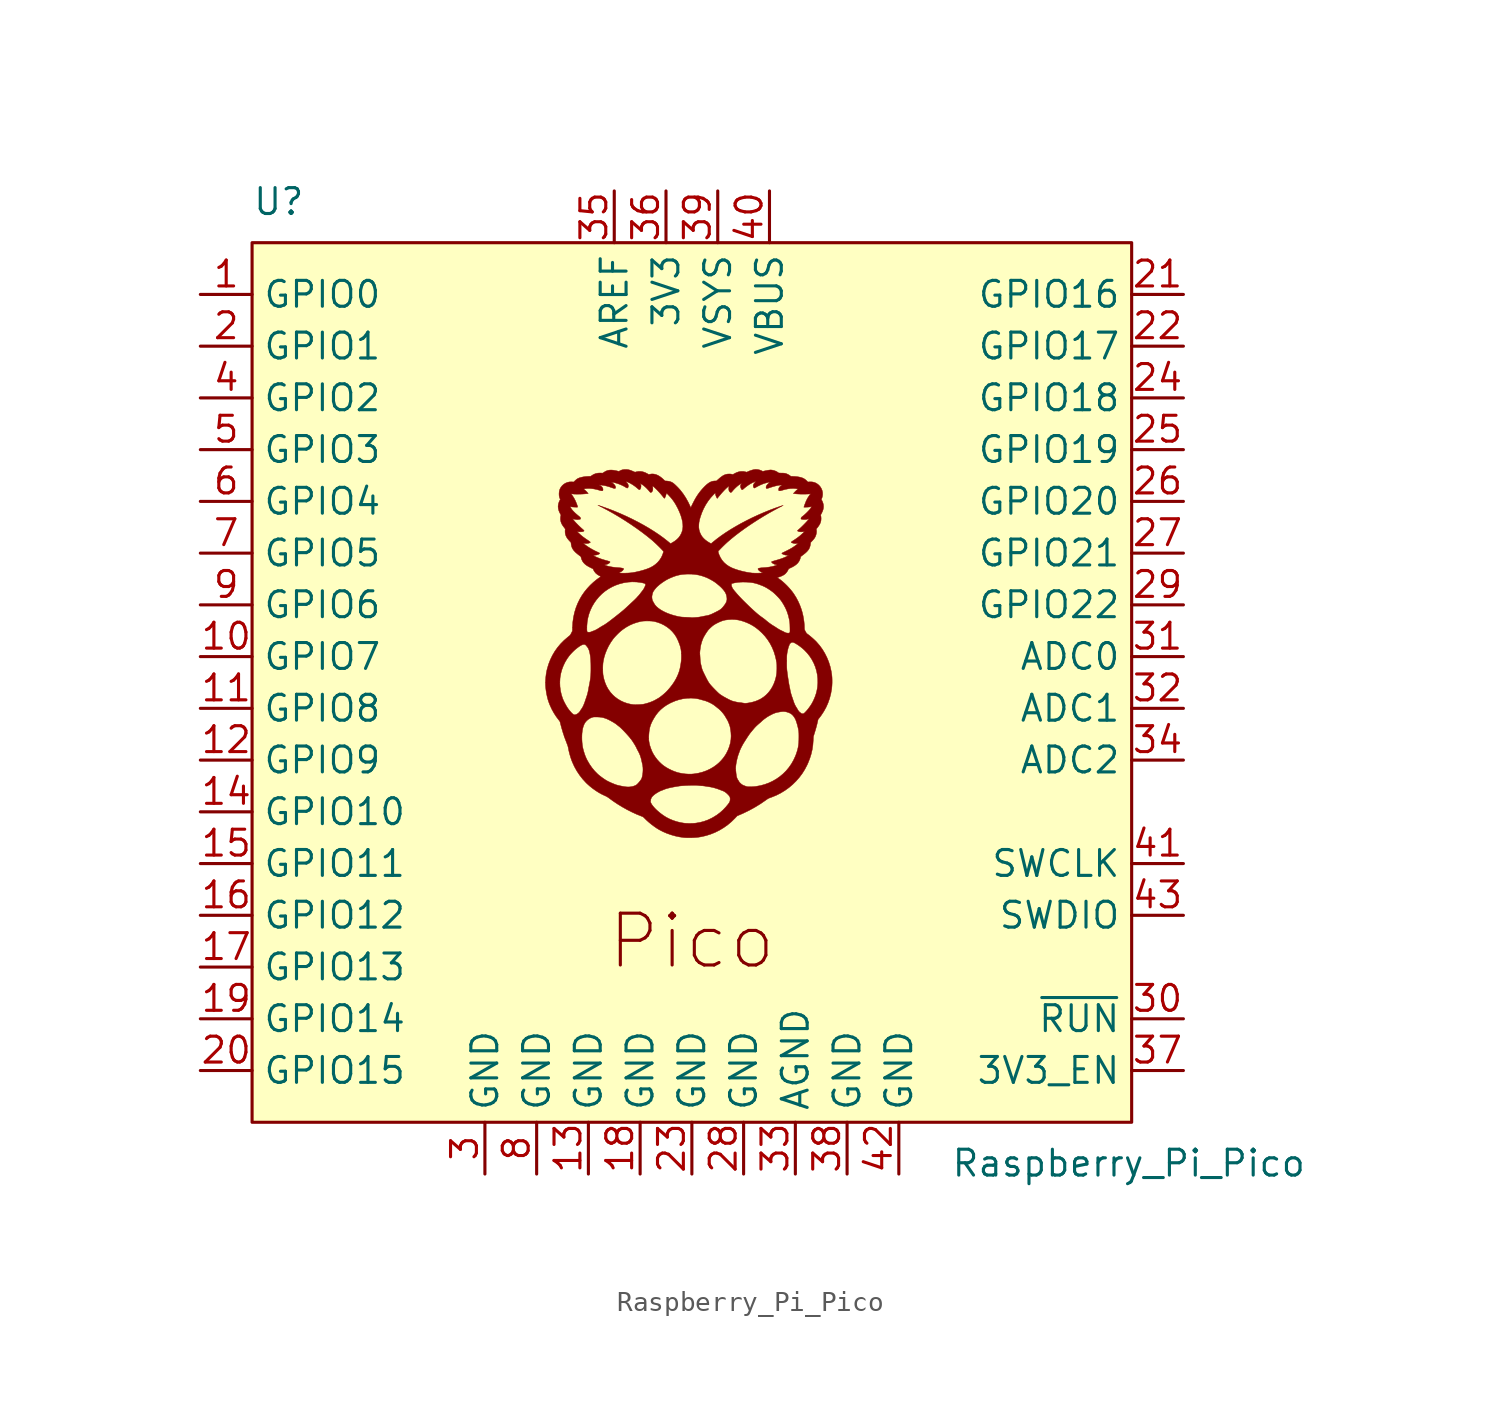
<source format=kicad_sym>
(kicad_symbol_lib
  (version 20211014)
  (generator kicad_symbol_editor)
  (symbol "Raspberry_Pi_Pico"
    (property "Reference" "U"
      (at -21.59 22.86 0)
      (effects (font (size 1.27 1.27)) (justify left bottom)))
    (property "Value" "Raspberry_Pi_Pico"
      (at 12.7 -22.86 0)
      (effects (font (size 1.27 1.27)) (justify left top)))
    (symbol "Raspberry_Pi_Pico_0_0"
      (polyline (pts (xy 0 -7.62) (xy 0.111 -7.615) (xy 0.216 -7.608) (xy 0.308 -7.598) (xy 0.453 -7.575) (xy 0.686 -7.522) (xy 0.914 -7.451) (xy 1.136 -7.362) (xy 1.35 -7.256) (xy 1.556 -7.133) (xy 1.753 -6.994) (xy 1.938 -6.839) (xy 2.112 -6.669) (xy 2.227 -6.548) (xy 2.385 -6.481) (xy 2.513 -6.425) (xy 2.806 -6.283) (xy 3.093 -6.126) (xy 3.37 -5.956) (xy 3.634 -5.774) (xy 3.667 -5.75) (xy 3.71 -5.721) (xy 3.746 -5.699) (xy 3.782 -5.681) (xy 3.823 -5.665) (xy 3.874 -5.646) (xy 3.928 -5.627) (xy 4.15 -5.536) (xy 4.364 -5.427) (xy 4.569 -5.302) (xy 4.764 -5.162) (xy 4.947 -5.008) (xy 5.117 -4.84) (xy 5.275 -4.66) (xy 5.418 -4.469) (xy 5.545 -4.266) (xy 5.656 -4.054) (xy 5.701 -3.954) (xy 5.787 -3.737) (xy 5.855 -3.522) (xy 5.906 -3.304) (xy 5.94 -3.081) (xy 5.957 -2.851) (xy 5.966 -2.659) (xy 6.025 -2.468) (xy 6.053 -2.376) (xy 6.088 -2.258) (xy 6.118 -2.148) (xy 6.145 -2.041) (xy 6.17 -1.932) (xy 6.196 -1.815) (xy 6.292 -1.692) (xy 6.354 -1.609) (xy 6.48 -1.416) (xy 6.591 -1.214) (xy 6.685 -1.002) (xy 6.762 -0.782) (xy 6.821 -0.556) (xy 6.862 -0.326) (xy 6.866 -0.293) (xy 6.878 -0.161) (xy 6.885 -0.02) (xy 6.885 0.121) (xy 6.88 0.257) (xy 6.868 0.382) (xy 6.841 0.554) (xy 6.789 0.784) (xy 6.719 1.008) (xy 6.631 1.224) (xy 6.527 1.431) (xy 6.407 1.629) (xy 6.27 1.817) (xy 6.118 1.992) (xy 6.09 2.022) (xy 6.038 2.072) (xy 5.978 2.128) (xy 5.914 2.185) (xy 5.85 2.24) (xy 5.789 2.291) (xy 5.735 2.334) (xy 5.691 2.366) (xy 5.662 2.387) (xy 5.639 2.407) (xy 5.619 2.43) (xy 5.6 2.461) (xy 5.576 2.505) (xy 5.563 2.529) (xy 5.545 2.564) (xy 5.534 2.592) (xy 5.528 2.617) (xy 5.526 2.645) (xy 5.525 2.682) (xy 5.521 2.819) (xy 5.507 2.976) (xy 5.484 3.138) (xy 5.454 3.3) (xy 5.416 3.456) (xy 5.373 3.599) (xy 5.301 3.796) (xy 5.218 3.982) (xy 5.123 4.162) (xy 5.011 4.341) (xy 4.939 4.443) (xy 4.855 4.548) (xy 4.762 4.655) (xy 4.663 4.76) (xy 4.561 4.859) (xy 4.46 4.95) (xy 4.362 5.03) (xy 4.27 5.096) (xy 4.257 5.105) (xy 4.227 5.125) (xy 4.207 5.14) (xy 4.199 5.147) (xy 4.202 5.149) (xy 4.221 5.157) (xy 4.251 5.168) (xy 4.29 5.181) (xy 4.369 5.209) (xy 4.45 5.246) (xy 4.52 5.285) (xy 4.575 5.325) (xy 4.593 5.342) (xy 4.634 5.387) (xy 4.673 5.439) (xy 4.707 5.49) (xy 4.729 5.536) (xy 4.729 5.537) (xy 4.738 5.558) (xy 4.749 5.574) (xy 4.765 5.587) (xy 4.791 5.601) (xy 4.831 5.619) (xy 4.926 5.664) (xy 5.033 5.725) (xy 5.123 5.79) (xy 5.196 5.86) (xy 5.253 5.936) (xy 5.297 6.019) (xy 5.328 6.111) (xy 5.345 6.18) (xy 5.449 6.257) (xy 5.497 6.294) (xy 5.583 6.364) (xy 5.653 6.431) (xy 5.708 6.496) (xy 5.752 6.561) (xy 5.783 6.63) (xy 5.806 6.703) (xy 5.821 6.784) (xy 5.832 6.871) (xy 5.911 6.955) (xy 5.937 6.983) (xy 5.973 7.025) (xy 6.005 7.065) (xy 6.028 7.097) (xy 6.03 7.1) (xy 6.067 7.17) (xy 6.095 7.248) (xy 6.114 7.331) (xy 6.121 7.411) (xy 6.117 7.483) (xy 6.108 7.534) (xy 6.16 7.599) (xy 6.213 7.668) (xy 6.264 7.746) (xy 6.301 7.819) (xy 6.326 7.89) (xy 6.34 7.963) (xy 6.344 8.041) (xy 6.344 8.064) (xy 6.341 8.111) (xy 6.337 8.153) (xy 6.332 8.181) (xy 6.331 8.186) (xy 6.326 8.208) (xy 6.327 8.227) (xy 6.336 8.248) (xy 6.353 8.279) (xy 6.371 8.312) (xy 6.42 8.418) (xy 6.451 8.519) (xy 6.464 8.618) (xy 6.458 8.714) (xy 6.454 8.739) (xy 6.435 8.815) (xy 6.408 8.887) (xy 6.378 8.946) (xy 6.367 8.963) (xy 6.359 8.981) (xy 6.361 8.998) (xy 6.372 9.024) (xy 6.401 9.105) (xy 6.419 9.207) (xy 6.419 9.309) (xy 6.401 9.409) (xy 6.365 9.505) (xy 6.313 9.596) (xy 6.244 9.678) (xy 6.181 9.733) (xy 6.092 9.79) (xy 5.997 9.828) (xy 5.895 9.848) (xy 5.786 9.85) (xy 5.697 9.843) (xy 5.623 9.915) (xy 5.618 9.92) (xy 5.555 9.974) (xy 5.489 10.015) (xy 5.415 10.048) (xy 5.327 10.074) (xy 5.302 10.08) (xy 5.218 10.096) (xy 5.125 10.108) (xy 5.03 10.116) (xy 4.94 10.119) (xy 4.905 10.119) (xy 4.876 10.121) (xy 4.855 10.127) (xy 4.835 10.139) (xy 4.81 10.159) (xy 4.791 10.173) (xy 4.729 10.21) (xy 4.658 10.243) (xy 4.587 10.267) (xy 4.559 10.272) (xy 4.515 10.277) (xy 4.46 10.28) (xy 4.399 10.281) (xy 4.376 10.281) (xy 4.328 10.282) (xy 4.294 10.284) (xy 4.27 10.286) (xy 4.254 10.291) (xy 4.241 10.299) (xy 4.228 10.309) (xy 4.22 10.316) (xy 4.163 10.353) (xy 4.093 10.385) (xy 4.018 10.41) (xy 3.943 10.427) (xy 3.874 10.434) (xy 3.852 10.433) (xy 3.795 10.427) (xy 3.724 10.417) (xy 3.646 10.402) (xy 3.562 10.384) (xy 3.481 10.365) (xy 3.423 10.395) (xy 3.406 10.403) (xy 3.312 10.438) (xy 3.214 10.457) (xy 3.118 10.46) (xy 3.103 10.459) (xy 3.027 10.447) (xy 2.942 10.425) (xy 2.853 10.395) (xy 2.765 10.358) (xy 2.692 10.325) (xy 2.608 10.346) (xy 2.528 10.361) (xy 2.419 10.363) (xy 2.309 10.346) (xy 2.198 10.309) (xy 2.086 10.253) (xy 2.014 10.211) (xy 1.959 10.224) (xy 1.913 10.232) (xy 1.839 10.236) (xy 1.763 10.233) (xy 1.694 10.222) (xy 1.672 10.216) (xy 1.618 10.198) (xy 1.564 10.174) (xy 1.507 10.141) (xy 1.446 10.098) (xy 1.377 10.044) (xy 1.299 9.976) (xy 1.204 9.893) (xy 1.136 9.893) (xy 1.108 9.892) (xy 1.033 9.883) (xy 0.959 9.862) (xy 0.885 9.829) (xy 0.81 9.781) (xy 0.731 9.72) (xy 0.647 9.642) (xy 0.556 9.548) (xy 0.548 9.54) (xy 0.463 9.444) (xy 0.386 9.348) (xy 0.313 9.249) (xy 0.243 9.145) (xy 0.175 9.033) (xy 0.108 8.91) (xy 0.038 8.773) (xy -0.035 8.621) (xy -0.054 8.581) (xy -0.081 8.645) (xy -0.181 8.855) (xy -0.3 9.068) (xy -0.431 9.267) (xy -0.574 9.451) (xy -0.589 9.467) (xy -0.637 9.521) (xy -0.69 9.578) (xy -0.746 9.634) (xy -0.801 9.687) (xy -0.852 9.734) (xy -0.897 9.772) (xy -0.931 9.799) (xy -1.018 9.845) (xy -1.118 9.877) (xy -1.225 9.891) (xy -1.319 9.896) (xy -1.401 9.974) (xy -1.47 10.036) (xy -1.572 10.113) (xy -1.672 10.172) (xy -1.77 10.212) (xy -1.867 10.234) (xy -1.964 10.238) (xy -2.062 10.224) (xy -2.117 10.211) (xy -2.175 10.245) (xy -2.287 10.303) (xy -2.398 10.342) (xy -2.507 10.363) (xy -2.614 10.363) (xy -2.718 10.345) (xy -2.79 10.325) (xy -2.88 10.363) (xy -2.895 10.37) (xy -2.97 10.401) (xy -3.034 10.424) (xy -3.089 10.44) (xy -3.14 10.45) (xy -3.192 10.455) (xy -3.249 10.457) (xy -3.312 10.456) (xy -3.396 10.445) (xy -3.47 10.423) (xy -3.54 10.389) (xy -3.581 10.365) (xy -3.717 10.396) (xy -3.75 10.403) (xy -3.865 10.423) (xy -3.968 10.43) (xy -4.061 10.424) (xy -4.146 10.406) (xy -4.226 10.374) (xy -4.302 10.329) (xy -4.378 10.278) (xy -4.469 10.283) (xy -4.499 10.284) (xy -4.615 10.278) (xy -4.724 10.255) (xy -4.826 10.214) (xy -4.917 10.158) (xy -4.941 10.14) (xy -4.961 10.128) (xy -4.982 10.122) (xy -5.01 10.119) (xy -5.051 10.119) (xy -5.12 10.117) (xy -5.226 10.109) (xy -5.33 10.094) (xy -5.428 10.074) (xy -5.515 10.049) (xy -5.587 10.019) (xy -5.621 10) (xy -5.673 9.962) (xy -5.726 9.916) (xy -5.802 9.843) (xy -5.889 9.849) (xy -5.893 9.85) (xy -6 9.847) (xy -6.103 9.826) (xy -6.199 9.788) (xy -6.288 9.733) (xy -6.366 9.664) (xy -6.431 9.58) (xy -6.463 9.525) (xy -6.492 9.456) (xy -6.51 9.382) (xy -6.519 9.295) (xy -6.52 9.244) (xy -6.516 9.169) (xy -6.503 9.101) (xy -6.48 9.036) (xy -6.46 8.989) (xy -6.5 8.908) (xy -6.516 8.875) (xy -6.551 8.771) (xy -6.566 8.668) (xy -6.565 8.63) (xy -5.97 8.63) (xy -5.969 8.63) (xy -5.955 8.63) (xy -5.931 8.625) (xy -5.926 8.623) (xy -5.898 8.619) (xy -5.857 8.615) (xy -5.807 8.612) (xy -5.752 8.609) (xy -5.707 8.607) (xy -5.663 8.606) (xy -5.635 8.606) (xy -5.618 8.608) (xy -5.609 8.612) (xy -5.607 8.618) (xy -5.608 8.623) (xy -5.614 8.65) (xy -5.627 8.69) (xy -5.644 8.74) (xy -5.666 8.796) (xy -5.69 8.855) (xy -5.715 8.912) (xy -5.74 8.964) (xy -5.742 8.967) (xy -5.771 9.023) (xy -5.804 9.081) (xy -5.838 9.134) (xy -5.867 9.176) (xy -5.887 9.203) (xy -5.909 9.232) (xy -5.923 9.252) (xy -5.928 9.26) (xy -5.927 9.26) (xy -5.913 9.259) (xy -5.885 9.257) (xy -5.848 9.254) (xy -5.779 9.248) (xy -5.681 9.245) (xy -5.574 9.245) (xy -5.46 9.247) (xy -5.347 9.252) (xy -5.238 9.26) (xy -5.138 9.27) (xy -5.087 9.276) (xy -5.147 9.345) (xy -5.155 9.354) (xy -5.191 9.391) (xy -5.229 9.427) (xy -5.26 9.454) (xy -5.265 9.458) (xy -5.29 9.478) (xy -5.302 9.49) (xy -5.301 9.497) (xy -5.292 9.502) (xy -5.282 9.505) (xy -5.255 9.51) (xy -5.216 9.516) (xy -5.172 9.521) (xy -5.16 9.522) (xy -5.052 9.526) (xy -4.932 9.519) (xy -4.805 9.501) (xy -4.674 9.474) (xy -4.543 9.437) (xy -4.538 9.436) (xy -4.477 9.418) (xy -4.432 9.409) (xy -4.403 9.409) (xy -4.397 9.41) (xy -4.379 9.416) (xy -4.37 9.429) (xy -4.364 9.456) (xy -4.362 9.471) (xy -4.369 9.525) (xy -4.395 9.576) (xy -4.439 9.624) (xy -4.502 9.669) (xy -4.551 9.698) (xy -4.468 9.692) (xy -4.43 9.688) (xy -4.31 9.67) (xy -4.18 9.641) (xy -4.042 9.601) (xy -3.902 9.553) (xy -3.899 9.552) (xy -3.845 9.533) (xy -3.804 9.524) (xy -3.776 9.524) (xy -3.759 9.533) (xy -3.748 9.551) (xy -3.744 9.576) (xy -3.751 9.622) (xy -3.774 9.671) (xy -3.814 9.722) (xy -3.869 9.774) (xy -3.937 9.826) (xy -3.945 9.831) (xy -3.95 9.836) (xy -3.943 9.837) (xy -3.922 9.835) (xy -3.885 9.828) (xy -3.806 9.811) (xy -3.684 9.777) (xy -3.56 9.734) (xy -3.441 9.684) (xy -3.33 9.629) (xy -3.234 9.572) (xy -3.229 9.569) (xy -3.196 9.55) (xy -3.172 9.544) (xy -3.153 9.552) (xy -3.136 9.573) (xy -3.123 9.599) (xy -3.114 9.648) (xy -3.123 9.701) (xy -3.151 9.757) (xy -3.196 9.814) (xy -3.218 9.839) (xy -3.228 9.855) (xy -3.225 9.862) (xy -3.207 9.859) (xy -3.174 9.847) (xy -3.124 9.826) (xy -3.03 9.781) (xy -2.904 9.707) (xy -2.778 9.619) (xy -2.658 9.52) (xy -2.639 9.502) (xy -2.604 9.476) (xy -2.579 9.464) (xy -2.558 9.467) (xy -2.541 9.483) (xy -2.523 9.514) (xy -2.51 9.546) (xy -2.498 9.598) (xy -2.496 9.651) (xy -2.503 9.698) (xy -2.52 9.735) (xy -2.525 9.741) (xy -2.535 9.758) (xy -2.536 9.765) (xy -2.525 9.761) (xy -2.502 9.75) (xy -2.472 9.734) (xy -2.419 9.702) (xy -2.352 9.652) (xy -2.28 9.59) (xy -2.208 9.52) (xy -2.137 9.444) (xy -2.07 9.365) (xy -2.047 9.339) (xy -2.024 9.326) (xy -2.001 9.329) (xy -1.973 9.348) (xy -1.956 9.365) (xy -1.93 9.409) (xy -1.916 9.466) (xy -1.916 9.537) (xy -1.916 9.543) (xy -1.92 9.581) (xy -1.924 9.613) (xy -1.929 9.632) (xy -1.929 9.64) (xy -1.918 9.637) (xy -1.897 9.623) (xy -1.865 9.599) (xy -1.826 9.565) (xy -1.781 9.523) (xy -1.731 9.474) (xy -1.726 9.469) (xy -1.67 9.411) (xy -1.609 9.345) (xy -1.547 9.275) (xy -1.487 9.205) (xy -1.434 9.14) (xy -1.392 9.085) (xy -1.376 9.065) (xy -1.359 9.047) (xy -1.349 9.042) (xy -1.343 9.046) (xy -1.327 9.065) (xy -1.31 9.098) (xy -1.293 9.138) (xy -1.278 9.182) (xy -1.266 9.224) (xy -1.249 9.305) (xy -1.136 9.189) (xy -1.036 9.08) (xy -0.944 8.967) (xy -0.86 8.848) (xy -0.782 8.72) (xy -0.705 8.576) (xy -0.677 8.521) (xy -0.603 8.357) (xy -0.542 8.198) (xy -0.496 8.046) (xy -0.463 7.902) (xy -0.445 7.766) (xy -0.444 7.732) (xy 0.339 7.732) (xy 0.352 7.863) (xy 0.38 7.997) (xy 0.413 8.116) (xy 0.486 8.326) (xy 0.574 8.528) (xy 0.676 8.719) (xy 0.791 8.898) (xy 0.917 9.063) (xy 1.055 9.214) (xy 1.148 9.306) (xy 1.155 9.257) (xy 1.157 9.244) (xy 1.173 9.183) (xy 1.196 9.121) (xy 1.223 9.068) (xy 1.244 9.034) (xy 1.264 9.059) (xy 1.273 9.069) (xy 1.293 9.094) (xy 1.321 9.128) (xy 1.355 9.169) (xy 1.393 9.214) (xy 1.422 9.249) (xy 1.476 9.312) (xy 1.532 9.373) (xy 1.588 9.433) (xy 1.642 9.488) (xy 1.693 9.537) (xy 1.738 9.578) (xy 1.775 9.61) (xy 1.804 9.63) (xy 1.821 9.638) (xy 1.822 9.637) (xy 1.824 9.627) (xy 1.82 9.606) (xy 1.815 9.582) (xy 1.81 9.536) (xy 1.811 9.486) (xy 1.817 9.441) (xy 1.826 9.407) (xy 1.844 9.379) (xy 1.869 9.351) (xy 1.895 9.331) (xy 1.917 9.323) (xy 1.927 9.329) (xy 1.947 9.346) (xy 1.974 9.374) (xy 2.003 9.408) (xy 2.042 9.454) (xy 2.097 9.512) (xy 2.157 9.57) (xy 2.217 9.624) (xy 2.277 9.673) (xy 2.332 9.713) (xy 2.38 9.743) (xy 2.418 9.76) (xy 2.44 9.767) (xy 2.417 9.732) (xy 2.393 9.685) (xy 2.385 9.633) (xy 2.395 9.576) (xy 2.408 9.538) (xy 2.428 9.497) (xy 2.449 9.47) (xy 2.47 9.461) (xy 2.484 9.466) (xy 2.509 9.481) (xy 2.536 9.503) (xy 2.574 9.537) (xy 2.664 9.61) (xy 2.76 9.68) (xy 2.856 9.742) (xy 2.946 9.792) (xy 2.957 9.798) (xy 2.996 9.816) (xy 3.037 9.834) (xy 3.075 9.85) (xy 3.107 9.861) (xy 3.129 9.868) (xy 3.138 9.869) (xy 3.132 9.86) (xy 3.116 9.842) (xy 3.093 9.818) (xy 3.091 9.815) (xy 3.047 9.759) (xy 3.019 9.704) (xy 3.01 9.652) (xy 3.015 9.62) (xy 3.027 9.587) (xy 3.044 9.559) (xy 3.062 9.544) (xy 3.062 9.544) (xy 3.077 9.547) (xy 3.104 9.56) (xy 3.14 9.579) (xy 3.181 9.603) (xy 3.214 9.621) (xy 3.285 9.658) (xy 3.363 9.695) (xy 3.442 9.729) (xy 3.516 9.758) (xy 3.58 9.779) (xy 3.603 9.786) (xy 3.644 9.796) (xy 3.69 9.807) (xy 3.736 9.818) (xy 3.78 9.827) (xy 3.816 9.835) (xy 3.842 9.839) (xy 3.852 9.84) (xy 3.848 9.835) (xy 3.832 9.822) (xy 3.806 9.805) (xy 3.792 9.795) (xy 3.743 9.755) (xy 3.7 9.71) (xy 3.667 9.665) (xy 3.648 9.623) (xy 3.643 9.597) (xy 3.643 9.559) (xy 3.654 9.533) (xy 3.676 9.521) (xy 3.679 9.521) (xy 3.701 9.525) (xy 3.736 9.534) (xy 3.779 9.547) (xy 3.828 9.564) (xy 3.913 9.592) (xy 4.023 9.625) (xy 4.13 9.653) (xy 4.228 9.674) (xy 4.314 9.687) (xy 4.339 9.69) (xy 4.386 9.694) (xy 4.416 9.694) (xy 4.428 9.691) (xy 4.424 9.684) (xy 4.405 9.672) (xy 4.359 9.644) (xy 4.31 9.602) (xy 4.278 9.556) (xy 4.266 9.522) (xy 4.259 9.484) (xy 4.258 9.449) (xy 4.265 9.425) (xy 4.269 9.421) (xy 4.29 9.41) (xy 4.324 9.409) (xy 4.371 9.418) (xy 4.435 9.436) (xy 4.442 9.438) (xy 4.577 9.476) (xy 4.71 9.503) (xy 4.839 9.52) (xy 4.96 9.526) (xy 5.069 9.521) (xy 5.101 9.517) (xy 5.142 9.511) (xy 5.175 9.506) (xy 5.192 9.501) (xy 5.2 9.498) (xy 5.204 9.492) (xy 5.195 9.482) (xy 5.171 9.465) (xy 5.157 9.454) (xy 5.127 9.428) (xy 5.092 9.394) (xy 5.057 9.358) (xy 4.983 9.279) (xy 5.021 9.273) (xy 5.071 9.265) (xy 5.153 9.257) (xy 5.248 9.251) (xy 5.351 9.247) (xy 5.46 9.246) (xy 5.569 9.247) (xy 5.604 9.248) (xy 5.667 9.25) (xy 5.723 9.253) (xy 5.768 9.255) (xy 5.8 9.258) (xy 5.815 9.26) (xy 5.818 9.261) (xy 5.824 9.26) (xy 5.818 9.248) (xy 5.8 9.224) (xy 5.763 9.176) (xy 5.678 9.045) (xy 5.605 8.898) (xy 5.541 8.735) (xy 5.497 8.606) (xy 5.597 8.606) (xy 5.606 8.606) (xy 5.667 8.608) (xy 5.727 8.612) (xy 5.781 8.617) (xy 5.825 8.624) (xy 5.854 8.632) (xy 5.863 8.634) (xy 5.867 8.63) (xy 5.864 8.615) (xy 5.85 8.588) (xy 5.827 8.547) (xy 5.812 8.526) (xy 5.782 8.489) (xy 5.742 8.444) (xy 5.695 8.394) (xy 5.644 8.342) (xy 5.591 8.291) (xy 5.539 8.243) (xy 5.491 8.201) (xy 5.45 8.169) (xy 5.424 8.149) (xy 5.396 8.126) (xy 5.378 8.107) (xy 5.367 8.089) (xy 5.361 8.068) (xy 5.357 8.053) (xy 5.356 8.034) (xy 5.363 8.024) (xy 5.382 8.016) (xy 5.386 8.014) (xy 5.414 8.009) (xy 5.453 8.003) (xy 5.496 8) (xy 5.518 7.999) (xy 5.565 7.999) (xy 5.612 8.004) (xy 5.665 8.015) (xy 5.731 8.032) (xy 5.736 8.034) (xy 5.744 8.033) (xy 5.742 8.025) (xy 5.73 8.007) (xy 5.707 7.976) (xy 5.705 7.973) (xy 5.672 7.934) (xy 5.628 7.885) (xy 5.575 7.829) (xy 5.517 7.769) (xy 5.456 7.708) (xy 5.396 7.649) (xy 5.34 7.596) (xy 5.29 7.551) (xy 5.278 7.542) (xy 5.242 7.509) (xy 5.212 7.482) (xy 5.192 7.462) (xy 5.184 7.452) (xy 5.183 7.449) (xy 5.193 7.435) (xy 5.218 7.421) (xy 5.253 7.408) (xy 5.295 7.399) (xy 5.307 7.397) (xy 5.367 7.394) (xy 5.436 7.398) (xy 5.45 7.4) (xy 5.486 7.403) (xy 5.511 7.404) (xy 5.522 7.404) (xy 5.52 7.399) (xy 5.506 7.383) (xy 5.481 7.359) (xy 5.448 7.327) (xy 5.409 7.292) (xy 5.368 7.255) (xy 5.326 7.218) (xy 5.286 7.185) (xy 5.25 7.156) (xy 5.24 7.148) (xy 5.196 7.115) (xy 5.144 7.078) (xy 5.088 7.039) (xy 5.034 7.003) (xy 5.015 6.99) (xy 4.965 6.958) (xy 4.929 6.934) (xy 4.904 6.917) (xy 4.889 6.904) (xy 4.881 6.896) (xy 4.877 6.889) (xy 4.877 6.883) (xy 4.879 6.877) (xy 4.897 6.864) (xy 4.929 6.85) (xy 4.971 6.837) (xy 5.021 6.826) (xy 5.042 6.822) (xy 5.093 6.819) (xy 5.148 6.825) (xy 5.149 6.826) (xy 5.183 6.83) (xy 5.208 6.833) (xy 5.219 6.833) (xy 5.217 6.828) (xy 5.202 6.814) (xy 5.176 6.792) (xy 5.141 6.765) (xy 5.101 6.734) (xy 5.058 6.702) (xy 5.015 6.672) (xy 4.974 6.645) (xy 4.911 6.605) (xy 4.802 6.543) (xy 4.681 6.479) (xy 4.553 6.416) (xy 4.53 6.405) (xy 4.479 6.381) (xy 4.444 6.363) (xy 4.424 6.349) (xy 4.417 6.337) (xy 4.421 6.327) (xy 4.436 6.315) (xy 4.459 6.301) (xy 4.504 6.279) (xy 4.586 6.256) (xy 4.68 6.247) (xy 4.754 6.247) (xy 4.701 6.213) (xy 4.689 6.206) (xy 4.626 6.173) (xy 4.546 6.137) (xy 4.451 6.1) (xy 4.343 6.062) (xy 4.223 6.024) (xy 4.093 5.987) (xy 4.049 5.974) (xy 3.999 5.959) (xy 3.958 5.946) (xy 3.929 5.935) (xy 3.916 5.929) (xy 3.915 5.928) (xy 3.91 5.918) (xy 3.915 5.904) (xy 3.933 5.881) (xy 3.947 5.867) (xy 3.995 5.832) (xy 4.056 5.804) (xy 4.122 5.785) (xy 4.149 5.778) (xy 4.168 5.771) (xy 4.172 5.766) (xy 4.167 5.763) (xy 4.145 5.754) (xy 4.112 5.742) (xy 4.071 5.729) (xy 4.064 5.726) (xy 3.937 5.692) (xy 3.796 5.666) (xy 3.64 5.646) (xy 3.467 5.633) (xy 3.431 5.631) (xy 3.372 5.625) (xy 3.321 5.616) (xy 3.281 5.605) (xy 3.255 5.594) (xy 3.246 5.582) (xy 3.251 5.556) (xy 3.273 5.521) (xy 3.31 5.484) (xy 3.358 5.448) (xy 3.416 5.417) (xy 3.426 5.412) (xy 3.455 5.398) (xy 3.469 5.389) (xy 3.47 5.383) (xy 3.461 5.379) (xy 3.457 5.378) (xy 3.433 5.375) (xy 3.393 5.372) (xy 3.342 5.37) (xy 3.282 5.369) (xy 3.218 5.368) (xy 3.153 5.368) (xy 3.09 5.368) (xy 3.033 5.37) (xy 2.985 5.371) (xy 2.951 5.374) (xy 2.851 5.387) (xy 2.7 5.412) (xy 2.546 5.444) (xy 2.393 5.482) (xy 2.245 5.525) (xy 2.108 5.571) (xy 1.986 5.619) (xy 1.944 5.637) (xy 1.806 5.711) (xy 1.683 5.797) (xy 1.575 5.894) (xy 1.482 6.004) (xy 1.404 6.127) (xy 1.34 6.263) (xy 1.329 6.292) (xy 1.313 6.336) (xy 1.301 6.375) (xy 1.295 6.402) (xy 1.288 6.442) (xy 1.449 6.607) (xy 1.455 6.613) (xy 1.512 6.67) (xy 1.574 6.731) (xy 1.636 6.791) (xy 1.695 6.846) (xy 1.744 6.891) (xy 1.761 6.906) (xy 1.94 7.059) (xy 2.135 7.217) (xy 2.345 7.377) (xy 2.567 7.539) (xy 2.799 7.7) (xy 3.04 7.86) (xy 3.286 8.018) (xy 3.536 8.171) (xy 3.787 8.318) (xy 4.038 8.458) (xy 4.287 8.59) (xy 4.322 8.608) (xy 4.375 8.636) (xy 4.42 8.659) (xy 4.454 8.678) (xy 4.476 8.69) (xy 4.482 8.694) (xy 4.482 8.694) (xy 4.468 8.69) (xy 4.439 8.681) (xy 4.398 8.668) (xy 4.348 8.651) (xy 4.291 8.632) (xy 4.087 8.561) (xy 3.799 8.453) (xy 3.51 8.335) (xy 3.224 8.21) (xy 2.94 8.078) (xy 2.663 7.939) (xy 2.392 7.796) (xy 2.131 7.648) (xy 1.88 7.498) (xy 1.642 7.345) (xy 1.418 7.19) (xy 1.21 7.035) (xy 1.02 6.881) (xy 0.945 6.818) (xy 0.894 6.843) (xy 0.856 6.864) (xy 0.756 6.926) (xy 0.661 6.998) (xy 0.577 7.075) (xy 0.508 7.155) (xy 0.464 7.221) (xy 0.418 7.309) (xy 0.38 7.403) (xy 0.355 7.494) (xy 0.34 7.607) (xy 0.339 7.732) (xy -0.444 7.732) (xy -0.441 7.641) (xy -0.453 7.527) (xy -0.469 7.452) (xy -0.511 7.33) (xy -0.571 7.217) (xy -0.647 7.112) (xy -0.742 7.017) (xy -0.853 6.931) (xy -0.982 6.853) (xy -1.049 6.818) (xy -1.149 6.903) (xy -1.191 6.937) (xy -1.394 7.097) (xy -1.615 7.256) (xy -1.852 7.414) (xy -2.103 7.571) (xy -2.366 7.724) (xy -2.64 7.873) (xy -2.922 8.018) (xy -3.212 8.157) (xy -3.507 8.289) (xy -3.806 8.414) (xy -4.107 8.53) (xy -4.408 8.636) (xy -4.431 8.644) (xy -4.488 8.663) (xy -4.537 8.68) (xy -4.576 8.693) (xy -4.602 8.701) (xy -4.612 8.704) (xy -4.61 8.703) (xy -4.594 8.694) (xy -4.564 8.679) (xy -4.523 8.657) (xy -4.473 8.632) (xy -4.416 8.603) (xy -4.147 8.461) (xy -3.857 8.299) (xy -3.565 8.127) (xy -3.276 7.946) (xy -2.992 7.76) (xy -2.716 7.57) (xy -2.45 7.377) (xy -2.198 7.184) (xy -1.962 6.992) (xy -1.928 6.963) (xy -1.878 6.918) (xy -1.823 6.867) (xy -1.764 6.813) (xy -1.705 6.756) (xy -1.646 6.699) (xy -1.589 6.643) (xy -1.536 6.589) (xy -1.489 6.541) (xy -1.449 6.499) (xy -1.419 6.465) (xy -1.399 6.44) (xy -1.392 6.428) (xy -1.392 6.423) (xy -1.398 6.396) (xy -1.41 6.357) (xy -1.426 6.31) (xy -1.445 6.26) (xy -1.466 6.212) (xy -1.485 6.169) (xy -1.508 6.126) (xy -1.587 6.005) (xy -1.682 5.894) (xy -1.792 5.795) (xy -1.914 5.709) (xy -2.048 5.637) (xy -2.071 5.627) (xy -2.169 5.587) (xy -2.282 5.547) (xy -2.405 5.509) (xy -2.535 5.473) (xy -2.667 5.441) (xy -2.796 5.414) (xy -2.92 5.393) (xy -2.926 5.392) (xy -2.986 5.384) (xy -3.055 5.378) (xy -3.129 5.373) (xy -3.205 5.37) (xy -3.281 5.368) (xy -3.354 5.367) (xy -3.422 5.368) (xy -3.481 5.37) (xy -3.529 5.373) (xy -3.562 5.378) (xy -3.579 5.385) (xy -3.579 5.385) (xy -3.572 5.392) (xy -3.551 5.403) (xy -3.521 5.417) (xy -3.489 5.432) (xy -3.448 5.456) (xy -3.416 5.479) (xy -3.407 5.487) (xy -3.382 5.516) (xy -3.362 5.545) (xy -3.351 5.571) (xy -3.352 5.588) (xy -3.356 5.593) (xy -3.381 5.604) (xy -3.422 5.615) (xy -3.478 5.624) (xy -3.547 5.632) (xy -3.628 5.638) (xy -3.656 5.64) (xy -3.773 5.65) (xy -3.887 5.665) (xy -3.995 5.683) (xy -4.093 5.704) (xy -4.178 5.727) (xy -4.247 5.752) (xy -4.286 5.769) (xy -4.221 5.786) (xy -4.207 5.79) (xy -4.135 5.814) (xy -4.079 5.843) (xy -4.04 5.876) (xy -4.031 5.887) (xy -4.02 5.904) (xy -4.016 5.917) (xy -4.022 5.928) (xy -4.04 5.939) (xy -4.072 5.951) (xy -4.119 5.965) (xy -4.183 5.982) (xy -4.239 5.998) (xy -4.377 6.039) (xy -4.502 6.081) (xy -4.615 6.124) (xy -4.712 6.166) (xy -4.792 6.206) (xy -4.856 6.243) (xy -4.762 6.249) (xy -4.761 6.249) (xy -4.687 6.258) (xy -4.623 6.274) (xy -4.572 6.295) (xy -4.538 6.32) (xy -4.531 6.328) (xy -4.524 6.338) (xy -4.525 6.346) (xy -4.536 6.356) (xy -4.558 6.369) (xy -4.593 6.386) (xy -4.644 6.409) (xy -4.752 6.46) (xy -4.87 6.522) (xy -4.985 6.588) (xy -5.092 6.655) (xy -5.098 6.659) (xy -5.144 6.69) (xy -5.189 6.722) (xy -5.231 6.754) (xy -5.269 6.783) (xy -5.298 6.807) (xy -5.316 6.825) (xy -5.32 6.833) (xy -5.32 6.833) (xy -5.309 6.833) (xy -5.284 6.83) (xy -5.25 6.825) (xy -5.247 6.825) (xy -5.2 6.821) (xy -5.15 6.823) (xy -5.1 6.83) (xy -5.055 6.84) (xy -5.018 6.854) (xy -4.993 6.87) (xy -4.984 6.886) (xy -4.99 6.895) (xy -5.011 6.913) (xy -5.043 6.937) (xy -5.084 6.967) (xy -5.131 6.999) (xy -5.165 7.022) (xy -5.257 7.085) (xy -5.336 7.143) (xy -5.407 7.199) (xy -5.473 7.256) (xy -5.539 7.317) (xy -5.632 7.407) (xy -5.568 7.4) (xy -5.5 7.395) (xy -5.431 7.396) (xy -5.372 7.403) (xy -5.327 7.417) (xy -5.298 7.436) (xy -5.298 7.437) (xy -5.293 7.444) (xy -5.293 7.453) (xy -5.301 7.465) (xy -5.319 7.483) (xy -5.347 7.509) (xy -5.388 7.546) (xy -5.414 7.568) (xy -5.484 7.633) (xy -5.555 7.701) (xy -5.625 7.771) (xy -5.689 7.837) (xy -5.745 7.898) (xy -5.789 7.95) (xy -5.809 7.975) (xy -5.831 8.004) (xy -5.845 8.024) (xy -5.85 8.033) (xy -5.848 8.033) (xy -5.833 8.031) (xy -5.806 8.025) (xy -5.77 8.016) (xy -5.769 8.016) (xy -5.722 8.006) (xy -5.672 7.999) (xy -5.631 7.997) (xy -5.589 7.998) (xy -5.546 8.003) (xy -5.508 8.01) (xy -5.479 8.018) (xy -5.465 8.027) (xy -5.464 8.028) (xy -5.463 8.044) (xy -5.465 8.07) (xy -5.466 8.074) (xy -5.473 8.09) (xy -5.485 8.107) (xy -5.505 8.128) (xy -5.537 8.155) (xy -5.581 8.191) (xy -5.585 8.194) (xy -5.657 8.255) (xy -5.728 8.318) (xy -5.792 8.381) (xy -5.848 8.44) (xy -5.89 8.491) (xy -5.915 8.524) (xy -5.939 8.562) (xy -5.958 8.594) (xy -5.969 8.618) (xy -5.97 8.63) (xy -6.565 8.63) (xy -6.562 8.565) (xy -6.539 8.46) (xy -6.537 8.454) (xy -6.518 8.401) (xy -6.493 8.344) (xy -6.467 8.292) (xy -6.443 8.252) (xy -6.434 8.237) (xy -6.43 8.222) (xy -6.432 8.199) (xy -6.439 8.164) (xy -6.447 8.112) (xy -6.451 8.019) (xy -6.438 7.924) (xy -6.433 7.903) (xy -6.413 7.84) (xy -6.385 7.777) (xy -6.345 7.711) (xy -6.292 7.637) (xy -6.217 7.537) (xy -6.223 7.455) (xy -6.224 7.435) (xy -6.22 7.335) (xy -6.199 7.241) (xy -6.16 7.149) (xy -6.103 7.06) (xy -6.027 6.97) (xy -5.934 6.871) (xy -5.928 6.797) (xy -5.923 6.758) (xy -5.9 6.661) (xy -5.86 6.571) (xy -5.804 6.487) (xy -5.729 6.405) (xy -5.699 6.377) (xy -5.652 6.337) (xy -5.599 6.293) (xy -5.544 6.25) (xy -5.494 6.213) (xy -5.453 6.184) (xy -5.452 6.183) (xy -5.448 6.169) (xy -5.44 6.142) (xy -5.431 6.106) (xy -5.412 6.046) (xy -5.375 5.964) (xy -5.325 5.889) (xy -5.26 5.82) (xy -5.18 5.755) (xy -5.082 5.694) (xy -4.967 5.634) (xy -4.854 5.58) (xy -4.817 5.504) (xy -4.782 5.444) (xy -4.718 5.365) (xy -4.639 5.298) (xy -4.55 5.244) (xy -4.462 5.201) (xy -4.556 5.137) (xy -4.667 5.057) (xy -4.831 4.923) (xy -4.989 4.775) (xy -5.137 4.616) (xy -5.273 4.449) (xy -5.393 4.277) (xy -5.501 4.095) (xy -5.604 3.885) (xy -5.691 3.666) (xy -5.76 3.439) (xy -5.811 3.207) (xy -5.845 2.97) (xy -5.86 2.73) (xy -5.862 2.686) (xy -5.155 2.686) (xy -5.154 2.762) (xy -5.138 2.967) (xy -5.103 3.169) (xy -5.05 3.367) (xy -4.979 3.558) (xy -4.892 3.741) (xy -4.788 3.914) (xy -4.693 4.048) (xy -4.559 4.209) (xy -4.414 4.354) (xy -4.257 4.484) (xy -4.088 4.599) (xy -3.907 4.699) (xy -3.746 4.772) (xy -3.548 4.841) (xy -3.346 4.893) (xy -3.141 4.925) (xy -2.934 4.939) (xy -2.727 4.933) (xy -2.702 4.931) (xy -2.632 4.923) (xy -2.561 4.914) (xy -2.491 4.903) (xy -2.428 4.891) (xy -2.374 4.878) (xy -2.333 4.867) (xy -2.308 4.856) (xy -2.298 4.849) (xy -2.278 4.823) (xy -2.275 4.789) (xy -2.288 4.747) (xy -2.294 4.732) (xy -2.329 4.656) (xy -2.362 4.594) (xy -2.395 4.543) (xy -2.429 4.499) (xy -2.43 4.497) (xy -2.462 4.457) (xy -2.496 4.414) (xy -2.523 4.377) (xy -2.558 4.331) (xy -2.611 4.268) (xy -2.672 4.2) (xy -1.962 4.2) (xy -1.962 4.208) (xy -1.957 4.252) (xy -1.947 4.305) (xy -1.934 4.361) (xy -1.919 4.41) (xy -1.904 4.447) (xy -1.889 4.474) (xy -1.859 4.519) (xy -1.821 4.57) (xy -1.781 4.62) (xy -1.742 4.665) (xy -1.692 4.714) (xy -1.613 4.783) (xy -1.523 4.855) (xy -1.426 4.924) (xy -1.327 4.989) (xy -1.23 5.047) (xy -1.14 5.093) (xy -1.017 5.148) (xy -0.883 5.202) (xy -0.756 5.244) (xy -0.63 5.276) (xy -0.504 5.299) (xy -0.37 5.313) (xy -0.227 5.321) (xy -0.219 5.321) (xy -0.023 5.32) (xy 0.163 5.303) (xy 0.343 5.272) (xy 0.52 5.224) (xy 0.699 5.16) (xy 0.762 5.132) (xy 0.836 5.096) (xy 0.915 5.054) (xy 0.994 5.01) (xy 1.067 4.966) (xy 1.128 4.926) (xy 1.164 4.9) (xy 1.235 4.845) (xy 1.271 4.815) (xy 1.94 4.815) (xy 1.942 4.834) (xy 1.953 4.848) (xy 1.974 4.859) (xy 2.008 4.869) (xy 2.058 4.881) (xy 2.135 4.897) (xy 2.244 4.914) (xy 2.358 4.924) (xy 2.482 4.929) (xy 2.621 4.928) (xy 2.666 4.927) (xy 2.801 4.92) (xy 2.924 4.906) (xy 3.04 4.886) (xy 3.155 4.858) (xy 3.273 4.82) (xy 3.401 4.772) (xy 3.445 4.755) (xy 3.519 4.723) (xy 3.584 4.692) (xy 3.647 4.658) (xy 3.714 4.619) (xy 3.79 4.57) (xy 3.838 4.538) (xy 3.91 4.487) (xy 3.976 4.437) (xy 4.04 4.382) (xy 4.106 4.32) (xy 4.18 4.246) (xy 4.222 4.203) (xy 4.28 4.14) (xy 4.329 4.083) (xy 4.374 4.025) (xy 4.418 3.962) (xy 4.465 3.888) (xy 4.504 3.825) (xy 4.597 3.652) (xy 4.673 3.476) (xy 4.733 3.293) (xy 4.779 3.098) (xy 4.78 3.092) (xy 4.79 3.039) (xy 4.798 2.993) (xy 4.804 2.949) (xy 4.808 2.903) (xy 4.811 2.851) (xy 4.813 2.788) (xy 4.815 2.71) (xy 4.816 2.681) (xy 4.817 2.603) (xy 4.817 2.543) (xy 4.816 2.5) (xy 4.813 2.472) (xy 4.809 2.457) (xy 4.807 2.454) (xy 4.793 2.436) (xy 4.772 2.427) (xy 4.741 2.423) (xy 4.695 2.425) (xy 4.682 2.426) (xy 4.651 2.431) (xy 4.622 2.438) (xy 4.59 2.45) (xy 4.55 2.469) (xy 4.498 2.497) (xy 4.485 2.503) (xy 4.455 2.518) (xy 4.415 2.537) (xy 4.372 2.557) (xy 4.335 2.576) (xy 4.28 2.607) (xy 4.222 2.641) (xy 4.171 2.674) (xy 4.128 2.703) (xy 4.081 2.734) (xy 4.039 2.76) (xy 4.007 2.779) (xy 4.005 2.78) (xy 3.955 2.811) (xy 3.895 2.851) (xy 3.829 2.897) (xy 3.764 2.946) (xy 3.702 2.995) (xy 3.648 3.039) (xy 3.628 3.057) (xy 3.578 3.098) (xy 3.524 3.139) (xy 3.477 3.174) (xy 3.455 3.189) (xy 3.402 3.226) (xy 3.348 3.267) (xy 3.3 3.303) (xy 3.251 3.343) (xy 3.176 3.406) (xy 3.091 3.481) (xy 2.999 3.564) (xy 2.902 3.654) (xy 2.802 3.749) (xy 2.702 3.846) (xy 2.603 3.943) (xy 2.507 4.038) (xy 2.418 4.13) (xy 2.336 4.216) (xy 2.265 4.294) (xy 2.205 4.361) (xy 2.185 4.386) (xy 2.15 4.427) (xy 2.118 4.464) (xy 2.093 4.493) (xy 2.075 4.516) (xy 2.047 4.551) (xy 2.021 4.587) (xy 1.999 4.62) (xy 1.984 4.646) (xy 1.978 4.661) (xy 1.978 4.661) (xy 1.973 4.677) (xy 1.962 4.7) (xy 1.956 4.714) (xy 1.947 4.748) (xy 1.942 4.785) (xy 1.941 4.789) (xy 1.94 4.815) (xy 1.271 4.815) (xy 1.31 4.783) (xy 1.383 4.719) (xy 1.448 4.657) (xy 1.502 4.6) (xy 1.525 4.574) (xy 1.585 4.501) (xy 1.631 4.433) (xy 1.666 4.367) (xy 1.691 4.299) (xy 1.709 4.225) (xy 1.719 4.154) (xy 1.722 4.083) (xy 1.713 4.016) (xy 1.692 3.951) (xy 1.658 3.883) (xy 1.61 3.811) (xy 1.548 3.73) (xy 1.542 3.723) (xy 1.505 3.679) (xy 1.471 3.643) (xy 1.437 3.612) (xy 1.4 3.583) (xy 1.356 3.554) (xy 1.304 3.523) (xy 1.239 3.489) (xy 1.16 3.449) (xy 1.11 3.424) (xy 1.03 3.385) (xy 0.962 3.354) (xy 0.903 3.33) (xy 0.851 3.311) (xy 0.8 3.296) (xy 0.75 3.285) (xy 0.695 3.275) (xy 0.679 3.272) (xy 0.622 3.262) (xy 0.564 3.251) (xy 0.514 3.24) (xy 0.465 3.23) (xy 0.408 3.219) (xy 0.354 3.21) (xy 0.298 3.203) (xy 0.234 3.198) (xy 0.156 3.192) (xy 0.116 3.189) (xy 0.063 3.186) (xy 0.026 3.184) (xy 0.001 3.183) (xy -0.014 3.183) (xy -0.022 3.183) (xy -0.026 3.185) (xy -0.028 3.187) (xy -0.036 3.189) (xy -0.061 3.191) (xy -0.102 3.193) (xy -0.154 3.196) (xy -0.215 3.199) (xy -0.283 3.202) (xy -0.284 3.202) (xy -0.366 3.205) (xy -0.433 3.208) (xy -0.488 3.212) (xy -0.536 3.217) (xy -0.579 3.223) (xy -0.623 3.23) (xy -0.67 3.24) (xy -0.681 3.242) (xy -0.848 3.282) (xy -1.006 3.329) (xy -1.157 3.382) (xy -1.297 3.441) (xy -1.426 3.506) (xy -1.542 3.574) (xy -1.644 3.646) (xy -1.731 3.72) (xy -1.801 3.797) (xy -1.852 3.875) (xy -1.859 3.887) (xy -1.881 3.928) (xy -1.902 3.965) (xy -1.918 3.992) (xy -1.933 4.025) (xy -1.948 4.077) (xy -1.958 4.138) (xy -1.962 4.2) (xy -2.672 4.2) (xy -2.674 4.198) (xy -2.745 4.123) (xy -2.822 4.047) (xy -2.901 3.973) (xy -2.94 3.937) (xy -3.001 3.88) (xy -3.064 3.821) (xy -3.124 3.765) (xy -3.176 3.717) (xy -3.2 3.694) (xy -3.25 3.648) (xy -3.298 3.605) (xy -3.346 3.562) (xy -3.398 3.518) (xy -3.455 3.471) (xy -3.519 3.419) (xy -3.592 3.36) (xy -3.677 3.293) (xy -3.775 3.215) (xy -3.824 3.177) (xy -3.926 3.098) (xy -4.015 3.03) (xy -4.093 2.971) (xy -4.161 2.922) (xy -4.221 2.88) (xy -4.275 2.844) (xy -4.324 2.814) (xy -4.37 2.788) (xy -4.396 2.774) (xy -4.45 2.742) (xy -4.507 2.707) (xy -4.558 2.674) (xy -4.646 2.619) (xy -4.748 2.565) (xy -4.841 2.528) (xy -4.86 2.522) (xy -4.904 2.505) (xy -4.944 2.488) (xy -4.978 2.475) (xy -5.044 2.466) (xy -5.114 2.472) (xy -5.123 2.474) (xy -5.135 2.482) (xy -5.143 2.498) (xy -5.149 2.524) (xy -5.153 2.563) (xy -5.155 2.616) (xy -5.155 2.686) (xy -5.862 2.686) (xy -5.865 2.529) (xy -5.917 2.425) (xy -5.921 2.417) (xy -5.942 2.377) (xy -5.959 2.347) (xy -5.977 2.323) (xy -5.999 2.301) (xy -6.029 2.276) (xy -6.071 2.243) (xy -6.09 2.227) (xy -6.275 2.068) (xy -6.443 1.899) (xy -6.594 1.719) (xy -6.73 1.528) (xy -6.848 1.326) (xy -6.951 1.113) (xy -7.037 0.89) (xy -7.106 0.656) (xy -7.131 0.542) (xy -7.154 0.408) (xy -7.171 0.267) (xy -7.182 0.124) (xy -7.187 -0.003) (xy -6.482 -0.003) (xy -6.472 0.2) (xy -6.464 0.266) (xy -6.431 0.45) (xy -6.38 0.634) (xy -6.312 0.815) (xy -6.229 0.99) (xy -6.132 1.155) (xy -6.022 1.309) (xy -6.019 1.313) (xy -5.967 1.375) (xy -5.905 1.442) (xy -5.838 1.511) (xy -5.772 1.575) (xy -5.711 1.629) (xy -5.673 1.66) (xy -5.581 1.731) (xy -5.501 1.787) (xy -5.43 1.828) (xy -5.369 1.855) (xy -5.317 1.867) (xy -5.272 1.867) (xy -5.234 1.852) (xy -5.227 1.848) (xy -5.206 1.833) (xy -5.196 1.822) (xy -5.191 1.815) (xy -5.176 1.797) (xy -5.155 1.773) (xy -5.152 1.769) (xy -5.109 1.714) (xy -5.074 1.649) (xy -5.044 1.574) (xy -5.02 1.484) (xy -4.999 1.378) (xy -4.99 1.321) (xy -4.979 1.239) (xy -4.971 1.154) (xy -4.965 1.062) (xy -4.96 0.961) (xy -4.958 0.846) (xy -4.957 0.716) (xy -4.957 0.711) (xy -4.957 0.656) (xy -4.374 0.656) (xy -4.373 0.75) (xy -4.37 0.84) (xy -4.365 0.922) (xy -4.357 0.991) (xy -4.351 1.03) (xy -4.311 1.222) (xy -4.253 1.415) (xy -4.177 1.605) (xy -4.087 1.792) (xy -3.981 1.971) (xy -3.862 2.141) (xy -3.855 2.15) (xy -3.814 2.199) (xy -3.763 2.256) (xy -3.705 2.317) (xy -3.644 2.379) (xy -3.584 2.438) (xy -3.527 2.49) (xy -3.479 2.532) (xy -3.388 2.603) (xy -3.223 2.715) (xy -3.052 2.81) (xy -2.873 2.889) (xy -2.684 2.952) (xy -2.483 3.002) (xy -2.456 3.006) (xy -2.395 3.013) (xy -2.323 3.017) (xy -2.242 3.02) (xy -2.158 3.02) (xy -2.075 3.018) (xy -1.998 3.015) (xy -1.931 3.009) (xy -1.879 3.002) (xy -1.858 2.998) (xy -1.683 2.952) (xy -1.517 2.89) (xy -1.361 2.813) (xy -1.215 2.721) (xy -1.081 2.616) (xy -0.96 2.498) (xy -0.853 2.369) (xy -0.761 2.228) (xy -0.686 2.076) (xy -0.655 2.003) (xy -0.613 1.894) (xy -0.579 1.795) (xy -0.553 1.701) (xy -0.535 1.609) (xy -0.523 1.515) (xy -0.517 1.423) (xy 0.389 1.423) (xy 0.391 1.458) (xy 0.394 1.505) (xy 0.399 1.56) (xy 0.406 1.619) (xy 0.414 1.678) (xy 0.422 1.734) (xy 0.43 1.783) (xy 0.446 1.854) (xy 0.478 1.973) (xy 0.518 2.089) (xy 0.562 2.194) (xy 0.576 2.221) (xy 0.601 2.265) (xy 0.632 2.318) (xy 0.666 2.375) (xy 0.702 2.431) (xy 0.725 2.465) (xy 0.759 2.515) (xy 0.788 2.556) (xy 0.816 2.59) (xy 0.847 2.623) (xy 0.883 2.658) (xy 0.928 2.701) (xy 0.935 2.707) (xy 0.988 2.754) (xy 1.032 2.791) (xy 1.075 2.821) (xy 1.12 2.85) (xy 1.173 2.881) (xy 1.194 2.892) (xy 1.277 2.934) (xy 1.36 2.973) (xy 1.439 3.006) (xy 1.51 3.032) (xy 1.568 3.049) (xy 1.654 3.067) (xy 1.809 3.086) (xy 1.967 3.094) (xy 2.122 3.088) (xy 2.269 3.069) (xy 2.369 3.047) (xy 2.529 3.001) (xy 2.691 2.94) (xy 2.848 2.868) (xy 2.997 2.786) (xy 3.132 2.696) (xy 3.273 2.585) (xy 3.44 2.433) (xy 3.59 2.271) (xy 3.724 2.097) (xy 3.841 1.913) (xy 3.942 1.718) (xy 4.027 1.512) (xy 4.094 1.296) (xy 4.146 1.069) (xy 4.148 1.056) (xy 4.656 1.056) (xy 4.656 1.137) (xy 4.657 1.203) (xy 4.658 1.258) (xy 4.66 1.303) (xy 4.663 1.343) (xy 4.667 1.38) (xy 4.672 1.417) (xy 4.678 1.458) (xy 4.684 1.493) (xy 4.705 1.594) (xy 4.727 1.685) (xy 4.75 1.762) (xy 4.774 1.822) (xy 4.784 1.843) (xy 4.794 1.868) (xy 4.798 1.881) (xy 4.802 1.891) (xy 4.818 1.91) (xy 4.842 1.931) (xy 4.867 1.951) (xy 4.89 1.963) (xy 4.915 1.97) (xy 4.947 1.973) (xy 4.96 1.972) (xy 4.998 1.961) (xy 5.047 1.938) (xy 5.105 1.906) (xy 5.17 1.866) (xy 5.24 1.82) (xy 5.311 1.768) (xy 5.383 1.713) (xy 5.452 1.656) (xy 5.524 1.589) (xy 5.664 1.443) (xy 5.788 1.286) (xy 5.896 1.119) (xy 5.987 0.944) (xy 6.062 0.761) (xy 6.119 0.571) (xy 6.158 0.376) (xy 6.179 0.177) (xy 6.182 -0.024) (xy 6.165 -0.228) (xy 6.152 -0.317) (xy 6.127 -0.44) (xy 6.095 -0.56) (xy 6.052 -0.685) (xy 6.027 -0.749) (xy 5.965 -0.892) (xy 5.895 -1.025) (xy 5.815 -1.152) (xy 5.72 -1.282) (xy 5.708 -1.297) (xy 5.669 -1.345) (xy 5.628 -1.393) (xy 5.587 -1.437) (xy 5.551 -1.474) (xy 5.521 -1.502) (xy 5.501 -1.517) (xy 5.47 -1.53) (xy 5.427 -1.536) (xy 5.391 -1.528) (xy 5.37 -1.516) (xy 5.359 -1.506) (xy 5.356 -1.504) (xy 5.341 -1.492) (xy 5.318 -1.477) (xy 5.311 -1.473) (xy 5.278 -1.444) (xy 5.243 -1.404) (xy 5.209 -1.357) (xy 5.181 -1.308) (xy 5.167 -1.282) (xy 5.144 -1.244) (xy 5.12 -1.207) (xy 5.11 -1.191) (xy 5.062 -1.106) (xy 5.018 -1.003) (xy 4.975 -0.881) (xy 4.961 -0.836) (xy 4.943 -0.782) (xy 4.926 -0.734) (xy 4.913 -0.698) (xy 4.908 -0.685) (xy 4.892 -0.636) (xy 4.874 -0.577) (xy 4.857 -0.514) (xy 4.842 -0.454) (xy 4.83 -0.401) (xy 4.823 -0.36) (xy 4.819 -0.339) (xy 4.811 -0.295) (xy 4.801 -0.253) (xy 4.797 -0.235) (xy 4.786 -0.182) (xy 4.773 -0.114) (xy 4.759 -0.035) (xy 4.745 0.054) (xy 4.73 0.148) (xy 4.715 0.245) (xy 4.701 0.342) (xy 4.688 0.436) (xy 4.686 0.451) (xy 4.678 0.518) (xy 4.671 0.575) (xy 4.665 0.625) (xy 4.662 0.673) (xy 4.659 0.722) (xy 4.657 0.775) (xy 4.656 0.837) (xy 4.656 0.911) (xy 4.656 1.001) (xy 4.656 1.056) (xy 4.148 1.056) (xy 4.154 1.024) (xy 4.161 0.98) (xy 4.166 0.938) (xy 4.169 0.895) (xy 4.171 0.846) (xy 4.171 0.786) (xy 4.172 0.711) (xy 4.172 0.7) (xy 4.17 0.59) (xy 4.165 0.493) (xy 4.155 0.405) (xy 4.141 0.32) (xy 4.122 0.233) (xy 4.096 0.138) (xy 4.085 0.099) (xy 4.023 -0.068) (xy 3.947 -0.224) (xy 3.857 -0.368) (xy 3.754 -0.5) (xy 3.639 -0.618) (xy 3.511 -0.722) (xy 3.374 -0.81) (xy 3.226 -0.881) (xy 3.141 -0.914) (xy 3.007 -0.956) (xy 2.872 -0.988) (xy 2.745 -1.009) (xy 2.74 -1.01) (xy 2.693 -1.015) (xy 2.653 -1.019) (xy 2.625 -1.021) (xy 2.612 -1.022) (xy 2.597 -1.02) (xy 2.573 -1.017) (xy 2.565 -1.016) (xy 2.536 -1.012) (xy 2.497 -1.006) (xy 2.454 -0.999) (xy 2.437 -0.996) (xy 2.392 -0.99) (xy 2.352 -0.986) (xy 2.324 -0.984) (xy 2.31 -0.983) (xy 2.277 -0.978) (xy 2.231 -0.969) (xy 2.178 -0.958) (xy 2.12 -0.945) (xy 2.073 -0.933) (xy 2.022 -0.92) (xy 1.98 -0.907) (xy 1.94 -0.892) (xy 1.899 -0.874) (xy 1.849 -0.851) (xy 1.788 -0.82) (xy 1.682 -0.764) (xy 1.583 -0.71) (xy 1.494 -0.657) (xy 1.419 -0.609) (xy 1.359 -0.566) (xy 1.333 -0.544) (xy 1.294 -0.509) (xy 1.247 -0.464) (xy 1.195 -0.412) (xy 1.139 -0.356) (xy 1.083 -0.298) (xy 1.029 -0.242) (xy 0.98 -0.189) (xy 0.938 -0.142) (xy 0.906 -0.105) (xy 0.891 -0.087) (xy 0.864 -0.051) (xy 0.838 -0.015) (xy 0.813 0.024) (xy 0.787 0.068) (xy 0.758 0.12) (xy 0.725 0.182) (xy 0.687 0.257) (xy 0.642 0.347) (xy 0.606 0.42) (xy 0.576 0.482) (xy 0.552 0.532) (xy 0.533 0.573) (xy 0.519 0.609) (xy 0.506 0.643) (xy 0.495 0.678) (xy 0.485 0.717) (xy 0.473 0.763) (xy 0.46 0.819) (xy 0.45 0.861) (xy 0.437 0.918) (xy 0.427 0.967) (xy 0.42 1.014) (xy 0.415 1.063) (xy 0.41 1.121) (xy 0.406 1.192) (xy 0.406 1.202) (xy 0.402 1.262) (xy 0.399 1.315) (xy 0.396 1.358) (xy 0.393 1.388) (xy 0.391 1.402) (xy 0.391 1.403) (xy 0.389 1.423) (xy -0.517 1.423) (xy -0.517 1.413) (xy -0.514 1.3) (xy -0.514 1.267) (xy -0.515 1.2) (xy -0.517 1.144) (xy -0.52 1.091) (xy -0.526 1.037) (xy -0.534 0.975) (xy -0.545 0.899) (xy -0.549 0.878) (xy -0.569 0.76) (xy -0.592 0.655) (xy -0.619 0.558) (xy -0.651 0.464) (xy -0.69 0.367) (xy -0.71 0.32) (xy -0.782 0.173) (xy -0.865 0.031) (xy -0.96 -0.109) (xy -1.071 -0.251) (xy -1.198 -0.398) (xy -1.242 -0.444) (xy -1.303 -0.503) (xy -1.371 -0.564) (xy -1.441 -0.623) (xy -1.512 -0.679) (xy -1.578 -0.729) (xy -1.638 -0.769) (xy -1.687 -0.797) (xy -1.709 -0.809) (xy -1.748 -0.831) (xy -1.785 -0.853) (xy -1.841 -0.883) (xy -1.92 -0.92) (xy -2.011 -0.957) (xy -2.107 -0.992) (xy -2.206 -1.022) (xy -2.301 -1.048) (xy -2.389 -1.067) (xy -2.425 -1.071) (xy -2.481 -1.077) (xy -2.547 -1.081) (xy -2.619 -1.085) (xy -2.691 -1.087) (xy -2.759 -1.089) (xy -2.817 -1.088) (xy -2.861 -1.086) (xy -2.998 -1.068) (xy -3.167 -1.028) (xy -3.333 -0.971) (xy -3.492 -0.897) (xy -3.641 -0.808) (xy -3.779 -0.704) (xy -3.878 -0.614) (xy -3.997 -0.483) (xy -4.099 -0.34) (xy -4.187 -0.185) (xy -4.258 -0.018) (xy -4.315 0.161) (xy -4.356 0.352) (xy -4.363 0.404) (xy -4.369 0.479) (xy -4.372 0.565) (xy -4.374 0.656) (xy -4.957 0.656) (xy -4.957 0.582) (xy -4.96 0.467) (xy -4.965 0.362) (xy -4.974 0.262) (xy -4.986 0.164) (xy -5.002 0.061) (xy -5.022 -0.05) (xy -5.047 -0.174) (xy -5.049 -0.182) (xy -5.059 -0.235) (xy -5.07 -0.291) (xy -5.077 -0.339) (xy -5.081 -0.362) (xy -5.104 -0.477) (xy -5.136 -0.6) (xy -5.176 -0.725) (xy -5.19 -0.765) (xy -5.212 -0.828) (xy -5.233 -0.891) (xy -5.251 -0.945) (xy -5.265 -0.987) (xy -5.294 -1.061) (xy -5.324 -1.133) (xy -5.356 -1.197) (xy -5.385 -1.25) (xy -5.412 -1.289) (xy -5.425 -1.307) (xy -5.448 -1.34) (xy -5.465 -1.367) (xy -5.479 -1.394) (xy -5.525 -1.456) (xy -5.579 -1.509) (xy -5.637 -1.548) (xy -5.683 -1.57) (xy -5.723 -1.584) (xy -5.757 -1.587) (xy -5.789 -1.579) (xy -5.824 -1.56) (xy -5.857 -1.536) (xy -5.898 -1.498) (xy -5.944 -1.448) (xy -5.994 -1.39) (xy -6.045 -1.326) (xy -6.094 -1.259) (xy -6.105 -1.242) (xy -6.144 -1.18) (xy -6.187 -1.107) (xy -6.23 -1.028) (xy -6.271 -0.949) (xy -6.306 -0.874) (xy -6.334 -0.809) (xy -6.344 -0.785) (xy -6.404 -0.598) (xy -6.448 -0.405) (xy -6.474 -0.205) (xy -6.482 -0.003) (xy -7.187 -0.003) (xy -7.187 -0.013) (xy -7.185 -0.139) (xy -7.177 -0.245) (xy -7.16 -0.391) (xy -7.136 -0.54) (xy -7.106 -0.686) (xy -7.071 -0.824) (xy -7.032 -0.948) (xy -6.969 -1.111) (xy -6.878 -1.309) (xy -6.774 -1.498) (xy -6.659 -1.676) (xy -6.536 -1.839) (xy -6.527 -1.851) (xy -6.505 -1.878) (xy -6.489 -1.901) (xy -6.477 -1.925) (xy -6.467 -1.954) (xy -6.457 -1.992) (xy -6.444 -2.046) (xy -6.402 -2.207) (xy -6.327 -2.462) (xy -6.264 -2.65) (xy -5.4 -2.65) (xy -5.393 -2.505) (xy -5.377 -2.37) (xy -5.354 -2.247) (xy -5.322 -2.137) (xy -5.283 -2.042) (xy -5.237 -1.964) (xy -5.231 -1.956) (xy -5.161 -1.876) (xy -5.078 -1.806) (xy -4.987 -1.751) (xy -4.891 -1.712) (xy -4.873 -1.707) (xy -4.847 -1.701) (xy -4.822 -1.696) (xy -4.793 -1.694) (xy -4.755 -1.693) (xy -4.706 -1.694) (xy -4.641 -1.695) (xy -4.606 -1.696) (xy -4.528 -1.7) (xy -4.462 -1.707) (xy -4.402 -1.717) (xy -4.342 -1.731) (xy -4.278 -1.751) (xy -4.202 -1.777) (xy -4.186 -1.784) (xy -4.13 -1.808) (xy -4.065 -1.839) (xy -3.995 -1.876) (xy -3.923 -1.916) (xy -3.853 -1.956) (xy -3.79 -1.995) (xy -3.737 -2.03) (xy -3.699 -2.059) (xy -3.661 -2.09) (xy -3.619 -2.123) (xy -3.583 -2.151) (xy -3.543 -2.183) (xy -3.493 -2.228) (xy -3.435 -2.284) (xy -3.371 -2.348) (xy -3.304 -2.418) (xy -3.235 -2.491) (xy -3.168 -2.565) (xy -3.104 -2.637) (xy -3.046 -2.705) (xy -3.011 -2.748) (xy -2.118 -2.748) (xy -2.117 -2.694) (xy -2.115 -2.625) (xy -2.111 -2.553) (xy -2.1 -2.423) (xy -2.083 -2.305) (xy -2.059 -2.194) (xy -2.026 -2.087) (xy -1.983 -1.98) (xy -1.929 -1.871) (xy -1.863 -1.755) (xy -1.784 -1.629) (xy -1.754 -1.586) (xy -1.652 -1.457) (xy -1.534 -1.335) (xy -1.401 -1.223) (xy -1.256 -1.121) (xy -1.101 -1.032) (xy -1.003 -0.984) (xy -0.816 -0.905) (xy -0.63 -0.845) (xy -0.443 -0.802) (xy -0.254 -0.777) (xy -0.059 -0.768) (xy -0.017 -0.769) (xy 0.102 -0.775) (xy 0.221 -0.79) (xy 0.332 -0.81) (xy 0.431 -0.837) (xy 0.448 -0.842) (xy 0.491 -0.855) (xy 0.541 -0.868) (xy 0.591 -0.881) (xy 0.682 -0.908) (xy 0.789 -0.949) (xy 0.896 -0.999) (xy 1 -1.055) (xy 1.093 -1.115) (xy 1.173 -1.177) (xy 1.19 -1.191) (xy 1.224 -1.219) (xy 1.264 -1.251) (xy 1.306 -1.283) (xy 1.329 -1.302) (xy 1.398 -1.365) (xy 1.468 -1.439) (xy 1.535 -1.518) (xy 1.594 -1.596) (xy 1.641 -1.67) (xy 1.657 -1.698) (xy 1.684 -1.744) (xy 1.709 -1.787) (xy 1.728 -1.818) (xy 1.745 -1.847) (xy 1.773 -1.903) (xy 1.802 -1.969) (xy 1.829 -2.037) (xy 1.852 -2.102) (xy 1.869 -2.159) (xy 1.872 -2.172) (xy 1.881 -2.216) (xy 1.891 -2.272) (xy 1.901 -2.333) (xy 1.91 -2.394) (xy 1.917 -2.454) (xy 1.926 -2.627) (xy 1.917 -2.798) (xy 1.89 -2.967) (xy 1.844 -3.135) (xy 1.78 -3.304) (xy 1.696 -3.476) (xy 1.629 -3.586) (xy 1.543 -3.707) (xy 1.444 -3.824) (xy 1.338 -3.933) (xy 1.227 -4.029) (xy 1.071 -4.143) (xy 0.897 -4.245) (xy 0.86 -4.263) (xy 2.15 -4.263) (xy 2.15 -4.23) (xy 2.152 -4.187) (xy 2.155 -4.138) (xy 2.158 -4.096) (xy 2.17 -4.003) (xy 2.188 -3.9) (xy 2.211 -3.793) (xy 2.236 -3.689) (xy 2.264 -3.592) (xy 2.292 -3.51) (xy 2.295 -3.502) (xy 2.313 -3.454) (xy 2.329 -3.413) (xy 2.341 -3.38) (xy 2.347 -3.362) (xy 2.348 -3.358) (xy 2.363 -3.318) (xy 2.385 -3.267) (xy 2.413 -3.208) (xy 2.445 -3.145) (xy 2.478 -3.082) (xy 2.51 -3.025) (xy 2.539 -2.976) (xy 2.593 -2.89) (xy 2.65 -2.8) (xy 2.699 -2.724) (xy 2.741 -2.659) (xy 2.778 -2.605) (xy 2.809 -2.559) (xy 2.837 -2.52) (xy 2.863 -2.485) (xy 2.887 -2.454) (xy 2.912 -2.425) (xy 2.934 -2.398) (xy 2.971 -2.353) (xy 3.006 -2.311) (xy 3.034 -2.278) (xy 3.072 -2.233) (xy 3.142 -2.158) (xy 3.223 -2.082) (xy 3.309 -2.007) (xy 3.341 -1.981) (xy 3.376 -1.951) (xy 3.405 -1.925) (xy 3.422 -1.908) (xy 3.448 -1.883) (xy 3.493 -1.844) (xy 3.548 -1.8) (xy 3.609 -1.755) (xy 3.673 -1.71) (xy 3.735 -1.67) (xy 3.792 -1.637) (xy 3.84 -1.611) (xy 3.913 -1.573) (xy 3.975 -1.542) (xy 4.03 -1.518) (xy 4.082 -1.499) (xy 4.134 -1.483) (xy 4.191 -1.469) (xy 4.257 -1.456) (xy 4.283 -1.451) (xy 4.374 -1.436) (xy 4.452 -1.428) (xy 4.522 -1.427) (xy 4.587 -1.434) (xy 4.653 -1.448) (xy 4.723 -1.469) (xy 4.753 -1.48) (xy 4.833 -1.516) (xy 4.901 -1.562) (xy 4.962 -1.62) (xy 5.018 -1.692) (xy 5.072 -1.782) (xy 5.091 -1.823) (xy 5.115 -1.884) (xy 5.14 -1.958) (xy 5.165 -2.04) (xy 5.189 -2.127) (xy 5.21 -2.215) (xy 5.228 -2.299) (xy 5.233 -2.327) (xy 5.24 -2.368) (xy 5.245 -2.406) (xy 5.248 -2.444) (xy 5.251 -2.488) (xy 5.252 -2.54) (xy 5.253 -2.604) (xy 5.253 -2.684) (xy 5.253 -2.689) (xy 5.251 -2.831) (xy 5.245 -2.958) (xy 5.233 -3.075) (xy 5.215 -3.185) (xy 5.19 -3.294) (xy 5.157 -3.406) (xy 5.117 -3.525) (xy 5.08 -3.62) (xy 4.989 -3.817) (xy 4.883 -4.002) (xy 4.762 -4.175) (xy 4.627 -4.336) (xy 4.478 -4.484) (xy 4.317 -4.619) (xy 4.145 -4.739) (xy 3.962 -4.844) (xy 3.769 -4.934) (xy 3.567 -5.007) (xy 3.357 -5.063) (xy 3.139 -5.102) (xy 3.093 -5.107) (xy 3.025 -5.113) (xy 2.954 -5.117) (xy 2.883 -5.12) (xy 2.819 -5.12) (xy 2.764 -5.118) (xy 2.725 -5.114) (xy 2.722 -5.114) (xy 2.68 -5.104) (xy 2.629 -5.087) (xy 2.574 -5.067) (xy 2.523 -5.046) (xy 2.482 -5.026) (xy 2.465 -5.015) (xy 2.433 -4.991) (xy 2.399 -4.962) (xy 2.367 -4.931) (xy 2.339 -4.902) (xy 2.32 -4.878) (xy 2.312 -4.862) (xy 2.308 -4.853) (xy 2.296 -4.832) (xy 2.277 -4.805) (xy 2.272 -4.799) (xy 2.241 -4.748) (xy 2.216 -4.692) (xy 2.196 -4.627) (xy 2.182 -4.549) (xy 2.17 -4.456) (xy 2.167 -4.425) (xy 2.162 -4.373) (xy 2.157 -4.329) (xy 2.153 -4.297) (xy 2.151 -4.281) (xy 2.151 -4.28) (xy 2.15 -4.263) (xy 0.86 -4.263) (xy 0.714 -4.331) (xy 0.52 -4.4) (xy 0.317 -4.452) (xy 0.104 -4.486) (xy -0.013 -4.496) (xy -0.168 -4.497) (xy -0.329 -4.487) (xy -0.49 -4.465) (xy -0.646 -4.433) (xy -0.71 -4.416) (xy -0.851 -4.369) (xy -0.995 -4.309) (xy -1.136 -4.24) (xy -1.269 -4.164) (xy -1.389 -4.083) (xy -1.481 -4.009) (xy -1.595 -3.901) (xy -1.702 -3.783) (xy -1.798 -3.657) (xy -1.883 -3.526) (xy -1.953 -3.393) (xy -2.006 -3.261) (xy -2.021 -3.219) (xy -2.039 -3.166) (xy -2.056 -3.117) (xy -2.066 -3.084) (xy -2.078 -3.033) (xy -2.091 -2.976) (xy -2.101 -2.92) (xy -2.107 -2.881) (xy -2.113 -2.836) (xy -2.116 -2.794) (xy -2.118 -2.748) (xy -3.011 -2.748) (xy -2.996 -2.767) (xy -2.956 -2.82) (xy -2.932 -2.854) (xy -2.886 -2.923) (xy -2.841 -2.994) (xy -2.798 -3.063) (xy -2.761 -3.128) (xy -2.731 -3.184) (xy -2.711 -3.228) (xy -2.71 -3.23) (xy -2.692 -3.268) (xy -2.669 -3.313) (xy -2.645 -3.356) (xy -2.629 -3.384) (xy -2.583 -3.477) (xy -2.54 -3.58) (xy -2.505 -3.687) (xy -2.478 -3.789) (xy -2.467 -3.84) (xy -2.453 -3.904) (xy -2.439 -3.965) (xy -2.427 -4.016) (xy -2.414 -4.081) (xy -2.402 -4.185) (xy -2.399 -4.298) (xy -2.405 -4.415) (xy -2.419 -4.529) (xy -2.441 -4.635) (xy -2.443 -4.642) (xy -2.455 -4.685) (xy -2.468 -4.719) (xy -2.483 -4.749) (xy -2.505 -4.783) (xy -2.536 -4.825) (xy -2.558 -4.853) (xy -2.596 -4.9) (xy -2.636 -4.944) (xy -2.669 -4.979) (xy -2.683 -4.992) (xy -2.714 -5.02) (xy -2.744 -5.04) (xy -2.78 -5.058) (xy -2.827 -5.077) (xy -2.902 -5.101) (xy -3.009 -5.121) (xy -3.019 -5.122) (xy -3.06 -5.126) (xy -3.094 -5.128) (xy -3.128 -5.128) (xy -3.167 -5.127) (xy -3.22 -5.124) (xy -3.248 -5.121) (xy -3.3 -5.114) (xy -3.364 -5.103) (xy -3.434 -5.09) (xy -3.505 -5.076) (xy -3.574 -5.061) (xy -3.635 -5.046) (xy -3.683 -5.033) (xy -3.722 -5.021) (xy -3.794 -4.994) (xy -3.874 -4.962) (xy -3.958 -4.927) (xy -4.039 -4.89) (xy -4.113 -4.854) (xy -4.175 -4.822) (xy -4.185 -4.816) (xy -4.257 -4.772) (xy -4.337 -4.718) (xy -4.42 -4.659) (xy -4.5 -4.598) (xy -4.573 -4.54) (xy -4.633 -4.486) (xy -4.772 -4.345) (xy -4.906 -4.183) (xy -5.027 -4.008) (xy -5.134 -3.824) (xy -5.178 -3.735) (xy -5.228 -3.622) (xy -5.271 -3.503) (xy -5.311 -3.372) (xy -5.328 -3.312) (xy -5.351 -3.216) (xy -5.368 -3.125) (xy -5.381 -3.031) (xy -5.391 -2.926) (xy -5.398 -2.803) (xy -5.4 -2.65) (xy -6.264 -2.65) (xy -6.241 -2.717) (xy -6.147 -2.964) (xy -6.135 -2.996) (xy -6.111 -3.058) (xy -6.093 -3.109) (xy -6.08 -3.156) (xy -6.069 -3.202) (xy -6.06 -3.254) (xy -6.057 -3.268) (xy -6.039 -3.357) (xy -6.015 -3.457) (xy -5.986 -3.564) (xy -5.954 -3.671) (xy -5.92 -3.773) (xy -5.886 -3.865) (xy -5.869 -3.907) (xy -5.768 -4.129) (xy -5.649 -4.343) (xy -5.513 -4.547) (xy -5.361 -4.741) (xy -5.194 -4.924) (xy -5.148 -4.968) (xy -5.018 -5.085) (xy -4.877 -5.198) (xy -4.729 -5.304) (xy -4.578 -5.401) (xy -4.427 -5.485) (xy -4.282 -5.554) (xy -4.251 -5.567) (xy -4.206 -5.589) (xy -4.164 -5.611) (xy -4.122 -5.638) (xy -4.074 -5.671) (xy -4.016 -5.714) (xy -3.892 -5.804) (xy -2.029 -5.804) (xy -2.028 -5.795) (xy -2.016 -5.737) (xy -1.993 -5.677) (xy -1.962 -5.623) (xy -1.927 -5.582) (xy -1.915 -5.571) (xy -1.89 -5.548) (xy -1.873 -5.532) (xy -1.843 -5.506) (xy -1.791 -5.468) (xy -1.731 -5.428) (xy -1.666 -5.389) (xy -1.601 -5.353) (xy -1.54 -5.323) (xy -1.49 -5.303) (xy -1.488 -5.302) (xy -1.44 -5.285) (xy -1.387 -5.264) (xy -1.338 -5.244) (xy -1.327 -5.239) (xy -1.256 -5.215) (xy -1.167 -5.19) (xy -1.058 -5.164) (xy -0.932 -5.138) (xy -0.787 -5.112) (xy -0.626 -5.085) (xy -0.604 -5.082) (xy -0.54 -5.075) (xy -0.46 -5.069) (xy -0.363 -5.062) (xy -0.252 -5.056) (xy -0.128 -5.051) (xy 0.008 -5.046) (xy 0.022 -5.045) (xy 0.107 -5.044) (xy 0.18 -5.045) (xy 0.247 -5.049) (xy 0.315 -5.056) (xy 0.318 -5.056) (xy 0.371 -5.062) (xy 0.422 -5.067) (xy 0.466 -5.071) (xy 0.495 -5.072) (xy 0.524 -5.073) (xy 0.567 -5.078) (xy 0.617 -5.084) (xy 0.67 -5.092) (xy 0.712 -5.099) (xy 0.781 -5.11) (xy 0.852 -5.121) (xy 0.914 -5.131) (xy 0.937 -5.135) (xy 1.02 -5.153) (xy 1.113 -5.177) (xy 1.21 -5.206) (xy 1.304 -5.238) (xy 1.389 -5.27) (xy 1.401 -5.276) (xy 1.446 -5.293) (xy 1.489 -5.31) (xy 1.521 -5.321) (xy 1.563 -5.338) (xy 1.634 -5.38) (xy 1.707 -5.436) (xy 1.779 -5.506) (xy 1.807 -5.536) (xy 1.84 -5.577) (xy 1.862 -5.614) (xy 1.874 -5.652) (xy 1.879 -5.695) (xy 1.878 -5.75) (xy 1.876 -5.782) (xy 1.869 -5.822) (xy 1.856 -5.859) (xy 1.835 -5.899) (xy 1.804 -5.944) (xy 1.762 -5.999) (xy 1.664 -6.116) (xy 1.526 -6.262) (xy 1.379 -6.392) (xy 1.223 -6.509) (xy 1.054 -6.614) (xy 0.957 -6.667) (xy 0.773 -6.753) (xy 0.585 -6.82) (xy 0.392 -6.87) (xy 0.19 -6.904) (xy 0.147 -6.908) (xy 0.063 -6.914) (xy -0.032 -6.917) (xy -0.13 -6.918) (xy -0.226 -6.916) (xy -0.315 -6.911) (xy -0.39 -6.904) (xy -0.544 -6.879) (xy -0.727 -6.835) (xy -0.907 -6.777) (xy -1.08 -6.707) (xy -1.24 -6.626) (xy -1.289 -6.597) (xy -1.392 -6.531) (xy -1.494 -6.458) (xy -1.594 -6.38) (xy -1.688 -6.299) (xy -1.775 -6.217) (xy -1.852 -6.136) (xy -1.918 -6.058) (xy -1.971 -5.984) (xy -2.008 -5.917) (xy -2.021 -5.885) (xy -2.029 -5.847) (xy -2.029 -5.804) (xy -3.892 -5.804) (xy -3.869 -5.821) (xy -3.65 -5.968) (xy -3.421 -6.108) (xy -3.187 -6.24) (xy -2.951 -6.36) (xy -2.716 -6.468) (xy -2.488 -6.56) (xy -2.464 -6.569) (xy -2.427 -6.584) (xy -2.398 -6.599) (xy -2.373 -6.617) (xy -2.346 -6.642) (xy -2.311 -6.678) (xy -2.217 -6.77) (xy -2.102 -6.872) (xy -1.978 -6.973) (xy -1.849 -7.069) (xy -1.721 -7.157) (xy -1.599 -7.231) (xy -1.597 -7.232) (xy -1.417 -7.325) (xy -1.223 -7.408) (xy -1.021 -7.479) (xy -0.814 -7.538) (xy -0.607 -7.582) (xy -0.405 -7.611) (xy -0.323 -7.618) (xy -0.222 -7.621) (xy -0.113 -7.622) (xy 0 -7.62)) (stroke (width 0.01) (type default) (color 0 0 0 0)) (fill (type outline)))
      (text "Pico" (at 0 -12.7 0) (effects (font (size 2.543 2.543)))))
    (symbol "Raspberry_Pi_Pico_0_1"
      (rectangle (start -21.59 21.59) (end 21.59 -21.59) (stroke (width 0) (type default) (color 0 0 0 0)) (fill (type background))))
    (symbol "Raspberry_Pi_Pico_1_1"
      (pin bidirectional line (at -24.13 19.05 0) (length 2.54) (name "GPIO0" (effects (font (size 1.27 1.27)))) (number "1" (effects (font (size 1.27 1.27)))))
      (pin bidirectional line (at -24.13 1.27 0) (length 2.54) (name "GPIO7" (effects (font (size 1.27 1.27)))) (number "10" (effects (font (size 1.27 1.27)))))
      (pin bidirectional line (at -24.13 -1.27 0) (length 2.54) (name "GPIO8" (effects (font (size 1.27 1.27)))) (number "11" (effects (font (size 1.27 1.27)))))
      (pin bidirectional line (at -24.13 -3.81 0) (length 2.54) (name "GPIO9" (effects (font (size 1.27 1.27)))) (number "12" (effects (font (size 1.27 1.27)))))
      (pin power_in line (at -5.08 -24.13 90) (length 2.54) (name "GND" (effects (font (size 1.27 1.27)))) (number "13" (effects (font (size 1.27 1.27)))))
      (pin bidirectional line (at -24.13 -6.35 0) (length 2.54) (name "GPIO10" (effects (font (size 1.27 1.27)))) (number "14" (effects (font (size 1.27 1.27)))))
      (pin bidirectional line (at -24.13 -8.89 0) (length 2.54) (name "GPIO11" (effects (font (size 1.27 1.27)))) (number "15" (effects (font (size 1.27 1.27)))))
      (pin bidirectional line (at -24.13 -11.43 0) (length 2.54) (name "GPIO12" (effects (font (size 1.27 1.27)))) (number "16" (effects (font (size 1.27 1.27)))))
      (pin bidirectional line (at -24.13 -13.97 0) (length 2.54) (name "GPIO13" (effects (font (size 1.27 1.27)))) (number "17" (effects (font (size 1.27 1.27)))))
      (pin power_in line (at -2.54 -24.13 90) (length 2.54) (name "GND" (effects (font (size 1.27 1.27)))) (number "18" (effects (font (size 1.27 1.27)))))
      (pin bidirectional line (at -24.13 -16.51 0) (length 2.54) (name "GPIO14" (effects (font (size 1.27 1.27)))) (number "19" (effects (font (size 1.27 1.27)))))
      (pin bidirectional line (at -24.13 16.51 0) (length 2.54) (name "GPIO1" (effects (font (size 1.27 1.27)))) (number "2" (effects (font (size 1.27 1.27)))))
      (pin bidirectional line (at -24.13 -19.05 0) (length 2.54) (name "GPIO15" (effects (font (size 1.27 1.27)))) (number "20" (effects (font (size 1.27 1.27)))))
      (pin bidirectional line (at 24.13 19.05 180) (length 2.54) (name "GPIO16" (effects (font (size 1.27 1.27)))) (number "21" (effects (font (size 1.27 1.27)))))
      (pin bidirectional line (at 24.13 16.51 180) (length 2.54) (name "GPIO17" (effects (font (size 1.27 1.27)))) (number "22" (effects (font (size 1.27 1.27)))))
      (pin power_in line (at 0 -24.13 90) (length 2.54) (name "GND" (effects (font (size 1.27 1.27)))) (number "23" (effects (font (size 1.27 1.27)))))
      (pin bidirectional line (at 24.13 13.97 180) (length 2.54) (name "GPIO18" (effects (font (size 1.27 1.27)))) (number "24" (effects (font (size 1.27 1.27)))))
      (pin bidirectional line (at 24.13 11.43 180) (length 2.54) (name "GPIO19" (effects (font (size 1.27 1.27)))) (number "25" (effects (font (size 1.27 1.27)))))
      (pin bidirectional line (at 24.13 8.89 180) (length 2.54) (name "GPIO20" (effects (font (size 1.27 1.27)))) (number "26" (effects (font (size 1.27 1.27)))))
      (pin bidirectional line (at 24.13 6.35 180) (length 2.54) (name "GPIO21" (effects (font (size 1.27 1.27)))) (number "27" (effects (font (size 1.27 1.27)))))
      (pin power_in line (at 2.54 -24.13 90) (length 2.54) (name "GND" (effects (font (size 1.27 1.27)))) (number "28" (effects (font (size 1.27 1.27)))))
      (pin bidirectional line (at 24.13 3.81 180) (length 2.54) (name "GPIO22" (effects (font (size 1.27 1.27)))) (number "29" (effects (font (size 1.27 1.27)))))
      (pin power_in line (at -10.16 -24.13 90) (length 2.54) (name "GND" (effects (font (size 1.27 1.27)))) (number "3" (effects (font (size 1.27 1.27)))))
      (pin input line (at 24.13 -16.51 180) (length 2.54) (name "~{RUN}" (effects (font (size 1.27 1.27)))) (number "30" (effects (font (size 1.27 1.27)))))
      (pin bidirectional line (at 24.13 1.27 180) (length 2.54) (name "ADC0" (effects (font (size 1.27 1.27)))) (number "31" (effects (font (size 1.27 1.27)))))
      (pin bidirectional line (at 24.13 -1.27 180) (length 2.54) (name "ADC1" (effects (font (size 1.27 1.27)))) (number "32" (effects (font (size 1.27 1.27)))))
      (pin power_in line (at 5.08 -24.13 90) (length 2.54) (name "AGND" (effects (font (size 1.27 1.27)))) (number "33" (effects (font (size 1.27 1.27)))))
      (pin bidirectional line (at 24.13 -3.81 180) (length 2.54) (name "ADC2" (effects (font (size 1.27 1.27)))) (number "34" (effects (font (size 1.27 1.27)))))
      (pin power_in line (at -3.81 24.13 270) (length 2.54) (name "AREF" (effects (font (size 1.27 1.27)))) (number "35" (effects (font (size 1.27 1.27)))))
      (pin power_in line (at -1.27 24.13 270) (length 2.54) (name "3V3" (effects (font (size 1.27 1.27)))) (number "36" (effects (font (size 1.27 1.27)))))
      (pin input line (at 24.13 -19.05 180) (length 2.54) (name "3V3_EN" (effects (font (size 1.27 1.27)))) (number "37" (effects (font (size 1.27 1.27)))))
      (pin power_in line (at 7.62 -24.13 90) (length 2.54) (name "GND" (effects (font (size 1.27 1.27)))) (number "38" (effects (font (size 1.27 1.27)))))
      (pin power_out line (at 1.27 24.13 270) (length 2.54) (name "VSYS" (effects (font (size 1.27 1.27)))) (number "39" (effects (font (size 1.27 1.27)))))
      (pin bidirectional line (at -24.13 13.97 0) (length 2.54) (name "GPIO2" (effects (font (size 1.27 1.27)))) (number "4" (effects (font (size 1.27 1.27)))))
      (pin power_in line (at 3.81 24.13 270) (length 2.54) (name "VBUS" (effects (font (size 1.27 1.27)))) (number "40" (effects (font (size 1.27 1.27)))))
      (pin bidirectional line (at 24.13 -8.89 180) (length 2.54) (name "SWCLK" (effects (font (size 1.27 1.27)))) (number "41" (effects (font (size 1.27 1.27)))))
      (pin power_in line (at 10.16 -24.13 90) (length 2.54) (name "GND" (effects (font (size 1.27 1.27)))) (number "42" (effects (font (size 1.27 1.27)))))
      (pin bidirectional line (at 24.13 -11.43 180) (length 2.54) (name "SWDIO" (effects (font (size 1.27 1.27)))) (number "43" (effects (font (size 1.27 1.27)))))
      (pin bidirectional line (at -24.13 11.43 0) (length 2.54) (name "GPIO3" (effects (font (size 1.27 1.27)))) (number "5" (effects (font (size 1.27 1.27)))))
      (pin bidirectional line (at -24.13 8.89 0) (length 2.54) (name "GPIO4" (effects (font (size 1.27 1.27)))) (number "6" (effects (font (size 1.27 1.27)))))
      (pin bidirectional line (at -24.13 6.35 0) (length 2.54) (name "GPIO5" (effects (font (size 1.27 1.27)))) (number "7" (effects (font (size 1.27 1.27)))))
      (pin power_in line (at -7.62 -24.13 90) (length 2.54) (name "GND" (effects (font (size 1.27 1.27)))) (number "8" (effects (font (size 1.27 1.27)))))
      (pin bidirectional line (at -24.13 3.81 0) (length 2.54) (name "GPIO6" (effects (font (size 1.27 1.27)))) (number "9" (effects (font (size 1.27 1.27))))))))
</source>
